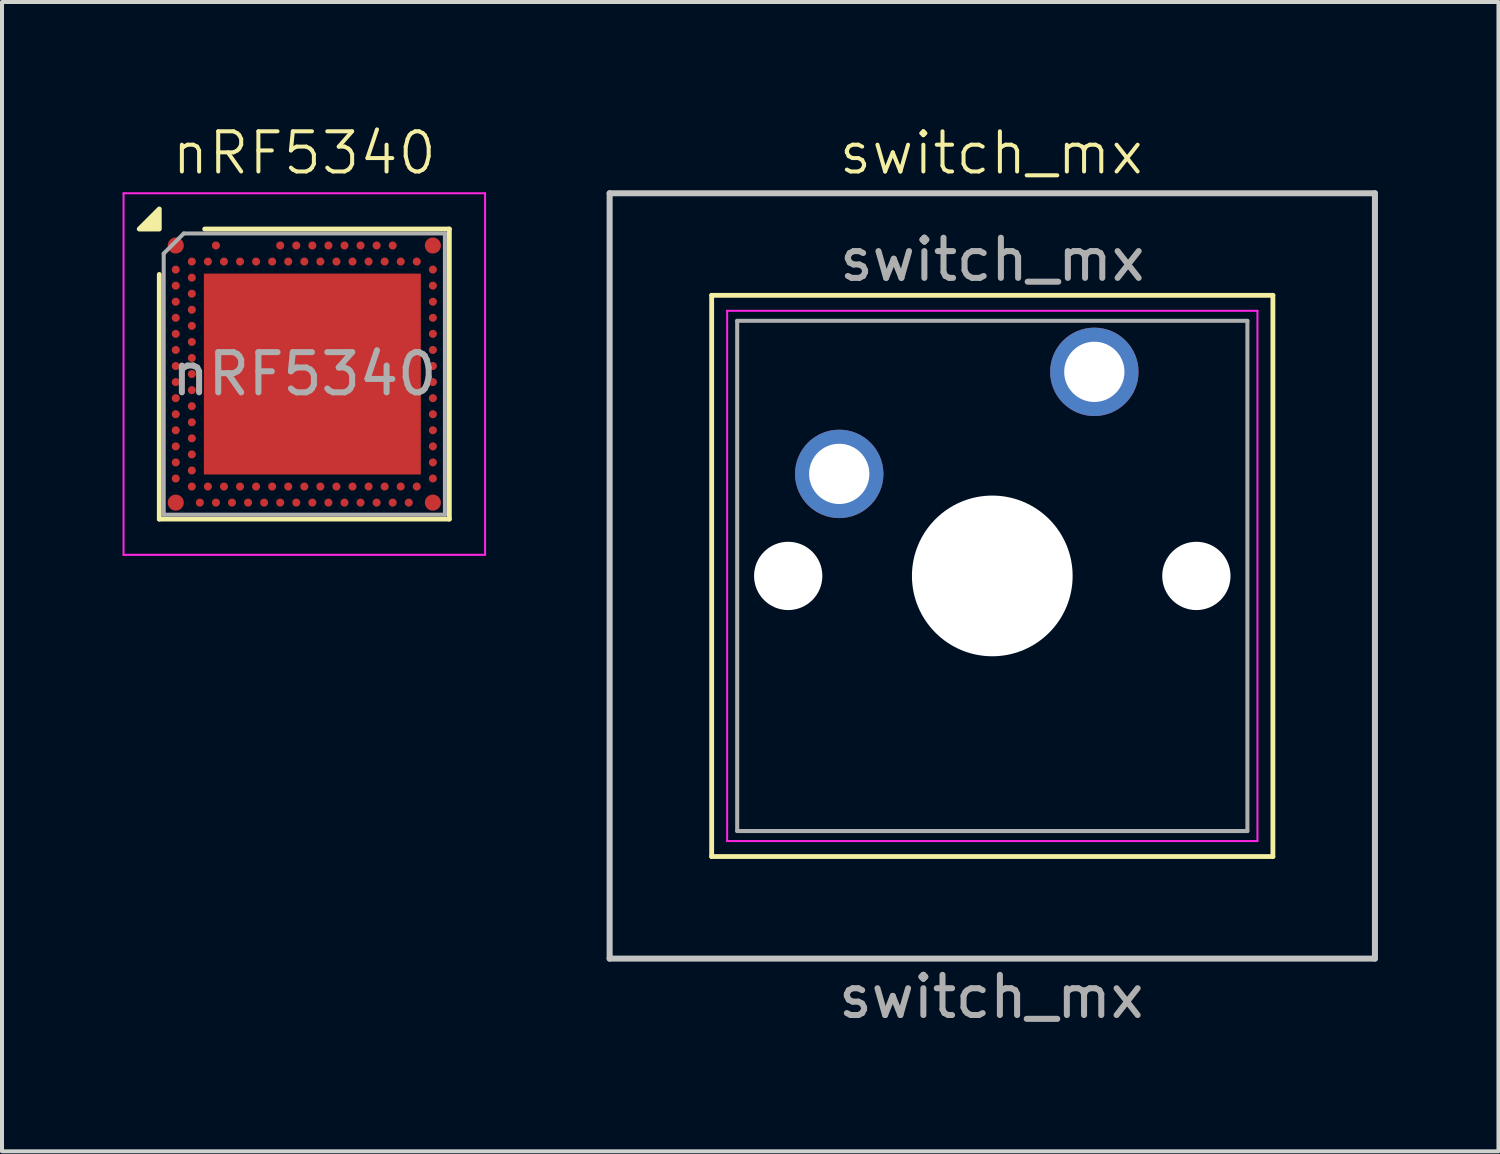
<source format=kicad_pcb>
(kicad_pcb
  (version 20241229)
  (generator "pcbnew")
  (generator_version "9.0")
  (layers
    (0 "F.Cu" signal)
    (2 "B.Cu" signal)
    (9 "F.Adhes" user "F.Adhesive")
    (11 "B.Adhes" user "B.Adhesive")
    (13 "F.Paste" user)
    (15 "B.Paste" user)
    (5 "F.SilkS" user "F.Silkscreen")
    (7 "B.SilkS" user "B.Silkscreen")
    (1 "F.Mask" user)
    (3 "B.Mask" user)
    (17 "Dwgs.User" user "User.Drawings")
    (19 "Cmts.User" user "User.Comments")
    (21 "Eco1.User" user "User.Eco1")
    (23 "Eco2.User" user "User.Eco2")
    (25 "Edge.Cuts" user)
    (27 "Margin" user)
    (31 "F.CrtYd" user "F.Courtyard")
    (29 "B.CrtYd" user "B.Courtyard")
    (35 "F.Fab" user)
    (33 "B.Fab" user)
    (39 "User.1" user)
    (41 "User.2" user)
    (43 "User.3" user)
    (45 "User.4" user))
  (footprint "nRF5340"
    (layer "F.Cu")
    (at 4.525 6.261)
    (property "Reference" "nRF5340" (at 0 -5.5 0) (unlocked yes) (layer "F.SilkS") (effects (font (size 1 1) (thickness 0.1))))
    (attr smd)
    (fp_line (start -3.61 -2.48) (end -3.61 3.61) (stroke (width 0.12) (type solid)) (layer "F.SilkS"))
    (fp_line (start -3.61 3.61) (end 3.61 3.61) (stroke (width 0.12) (type solid)) (layer "F.SilkS"))
    (fp_line (start 3.61 -3.61) (end -2.48 -3.61) (stroke (width 0.12) (type solid)) (layer "F.SilkS"))
    (fp_line (start 3.61 3.61) (end 3.61 -3.61) (stroke (width 0.12) (type solid)) (layer "F.SilkS"))
    (fp_poly (pts (xy -3.61 -3.61) (xy -4.11 -3.61) (xy -3.61 -4.11) (xy -3.61 -3.61)) (stroke (width 0.12) (type solid)) (fill yes) (layer "F.SilkS"))
    (fp_line (start -4.5 -4.5) (end 4.5 -4.5) (stroke (width 0.05) (type solid)) (layer "F.CrtYd"))
    (fp_line (start -4.5 4.5) (end -4.5 -4.5) (stroke (width 0.05) (type solid)) (layer "F.CrtYd"))
    (fp_line (start 4.5 -4.5) (end 4.5 4.5) (stroke (width 0.05) (type solid)) (layer "F.CrtYd"))
    (fp_line (start 4.5 4.5) (end -4.5 4.5) (stroke (width 0.05) (type solid)) (layer "F.CrtYd"))
    (fp_line (start -3.5 -3) (end -3.5 3.5) (stroke (width 0.1) (type solid)) (layer "F.Fab"))
    (fp_line (start -3.5 -3) (end -3 -3.5) (stroke (width 0.1) (type solid)) (layer "F.Fab"))
    (fp_line (start -3.5 3.5) (end 3.5 3.5) (stroke (width 0.1) (type solid)) (layer "F.Fab"))
    (fp_line (start -3 -3.5) (end 3.5 -3.5) (stroke (width 0.1) (type solid)) (layer "F.Fab"))
    (fp_line (start 3.5 -3.5) (end 3.5 3.5) (stroke (width 0.1) (type solid)) (layer "F.Fab"))
    (fp_text user "${REFERENCE}" (at 0 0 0) (layer "F.Fab") (effects (font (size 1 1) (thickness 0.15))))
    (pad "" smd circle (at -3.2 -3.2) (size 0.4 0.4) (property pad_prop_bga) (layers "F.Cu" "F.Mask" "F.Paste"))
    (pad "" smd circle (at -3.2 3.2) (size 0.4 0.4) (property pad_prop_bga) (layers "F.Cu" "F.Mask" "F.Paste"))
    (pad "" smd rect (at -1.1 -1.2 180) (size 2.2 2) (layers "F.Paste"))
    (pad "" smd rect (at -1.1 1.225 180) (size 2.2 2) (layers "F.Paste"))
    (pad "" smd rect (at 1.5 -1.2 180) (size 2.2 2) (layers "F.Paste"))
    (pad "" smd rect (at 1.5 1.225 180) (size 2.2 2) (layers "F.Paste"))
    (pad "" smd circle (at 3.2 -3.2) (size 0.4 0.4) (property pad_prop_bga) (layers "F.Cu" "F.Mask" "F.Paste"))
    (pad "" smd circle (at 3.2 3.2) (size 0.4 0.4) (property pad_prop_bga) (layers "F.Cu" "F.Mask" "F.Paste"))
    (pad "A5" smd circle (at -2.2 -3.2) (size 0.2 0.2) (property pad_prop_bga) (layers "F.Cu" "F.Mask" "F.Paste"))
    (pad "A13" smd circle (at -0.6 -3.2) (size 0.2 0.2) (property pad_prop_bga) (layers "F.Cu" "F.Mask" "F.Paste"))
    (pad "A15" smd circle (at -0.2 -3.2) (size 0.2 0.2) (property pad_prop_bga) (layers "F.Cu" "F.Mask" "F.Paste"))
    (pad "A17" smd circle (at 0.2 -3.2) (size 0.2 0.2) (property pad_prop_bga) (layers "F.Cu" "F.Mask" "F.Paste"))
    (pad "A19" smd circle (at 0.6 -3.2) (size 0.2 0.2) (property pad_prop_bga) (layers "F.Cu" "F.Mask" "F.Paste"))
    (pad "A21" smd circle (at 1 -3.2) (size 0.2 0.2) (property pad_prop_bga) (layers "F.Cu" "F.Mask" "F.Paste"))
    (pad "A23" smd circle (at 1.4 -3.2) (size 0.2 0.2) (property pad_prop_bga) (layers "F.Cu" "F.Mask" "F.Paste"))
    (pad "A25" smd circle (at 1.8 -3.2) (size 0.2 0.2) (property pad_prop_bga) (layers "F.Cu" "F.Mask" "F.Paste"))
    (pad "A27" smd circle (at 2.2 -3.2) (size 0.2 0.2) (property pad_prop_bga) (layers "F.Cu" "F.Mask" "F.Paste"))
    (pad "AA1" smd circle (at -3.2 1) (size 0.2 0.2) (property pad_prop_bga) (layers "F.Cu" "F.Mask" "F.Paste"))
    (pad "AA31" smd circle (at 3.2 1) (size 0.2 0.2) (property pad_prop_bga) (layers "F.Cu" "F.Mask" "F.Paste"))
    (pad "AB2" smd circle (at -2.8 1.2) (size 0.2 0.2) (property pad_prop_bga) (layers "F.Cu" "F.Mask" "F.Paste"))
    (pad "AC1" smd circle (at -3.2 1.4) (size 0.2 0.2) (property pad_prop_bga) (layers "F.Cu" "F.Mask" "F.Paste"))
    (pad "AC31" smd circle (at 3.2 1.4) (size 0.2 0.2) (property pad_prop_bga) (layers "F.Cu" "F.Mask" "F.Paste"))
    (pad "AD2" smd circle (at -2.8 1.6) (size 0.2 0.2) (property pad_prop_bga) (layers "F.Cu" "F.Mask" "F.Paste"))
    (pad "AE1" smd circle (at -3.2 1.8) (size 0.2 0.2) (property pad_prop_bga) (layers "F.Cu" "F.Mask" "F.Paste"))
    (pad "AE31" smd circle (at 3.2 1.8) (size 0.2 0.2) (property pad_prop_bga) (layers "F.Cu" "F.Mask" "F.Paste"))
    (pad "AF2" smd circle (at -2.8 2) (size 0.2 0.2) (property pad_prop_bga) (layers "F.Cu" "F.Mask" "F.Paste"))
    (pad "AG1" smd circle (at -3.2 2.2) (size 0.2 0.2) (property pad_prop_bga) (layers "F.Cu" "F.Mask" "F.Paste"))
    (pad "AG31" smd circle (at 3.2 2.2) (size 0.2 0.2) (property pad_prop_bga) (layers "F.Cu" "F.Mask" "F.Paste"))
    (pad "AH2" smd circle (at -2.8 2.4) (size 0.2 0.2) (property pad_prop_bga) (layers "F.Cu" "F.Mask" "F.Paste"))
    (pad "AJ1" smd circle (at -3.2 2.6) (size 0.2 0.2) (property pad_prop_bga) (layers "F.Cu" "F.Mask" "F.Paste"))
    (pad "AJ31" smd circle (at 3.2 2.6) (size 0.2 0.2) (property pad_prop_bga) (layers "F.Cu" "F.Mask" "F.Paste"))
    (pad "AK2" smd circle (at -2.8 2.8) (size 0.2 0.2) (property pad_prop_bga) (layers "F.Cu" "F.Mask" "F.Paste"))
    (pad "AK4" smd circle (at -2.4 2.8) (size 0.2 0.2) (property pad_prop_bga) (layers "F.Cu" "F.Mask" "F.Paste"))
    (pad "AK6" smd circle (at -2 2.8) (size 0.2 0.2) (property pad_prop_bga) (layers "F.Cu" "F.Mask" "F.Paste"))
    (pad "AK8" smd circle (at -1.6 2.8) (size 0.2 0.2) (property pad_prop_bga) (layers "F.Cu" "F.Mask" "F.Paste"))
    (pad "AK10" smd circle (at -1.2 2.8) (size 0.2 0.2) (property pad_prop_bga) (layers "F.Cu" "F.Mask" "F.Paste"))
    (pad "AK12" smd circle (at -0.8 2.8) (size 0.2 0.2) (property pad_prop_bga) (layers "F.Cu" "F.Mask" "F.Paste"))
    (pad "AK14" smd circle (at -0.4 2.8) (size 0.2 0.2) (property pad_prop_bga) (layers "F.Cu" "F.Mask" "F.Paste"))
    (pad "AK16" smd circle (at 0 2.8) (size 0.2 0.2) (property pad_prop_bga) (layers "F.Cu" "F.Mask" "F.Paste"))
    (pad "AK18" smd circle (at 0.4 2.8) (size 0.2 0.2) (property pad_prop_bga) (layers "F.Cu" "F.Mask" "F.Paste"))
    (pad "AK20" smd circle (at 0.8 2.8) (size 0.2 0.2) (property pad_prop_bga) (layers "F.Cu" "F.Mask" "F.Paste"))
    (pad "AK22" smd circle (at 1.2 2.8) (size 0.2 0.2) (property pad_prop_bga) (layers "F.Cu" "F.Mask" "F.Paste"))
    (pad "AK24" smd circle (at 1.6 2.8) (size 0.2 0.2) (property pad_prop_bga) (layers "F.Cu" "F.Mask" "F.Paste"))
    (pad "AK26" smd circle (at 2 2.8) (size 0.2 0.2) (property pad_prop_bga) (layers "F.Cu" "F.Mask" "F.Paste"))
    (pad "AK28" smd circle (at 2.4 2.8) (size 0.2 0.2) (property pad_prop_bga) (layers "F.Cu" "F.Mask" "F.Paste"))
    (pad "AK30" smd circle (at 2.8 2.8) (size 0.2 0.2) (property pad_prop_bga) (layers "F.Cu" "F.Mask" "F.Paste"))
    (pad "AL3" smd circle (at -2.6 3.2) (size 0.2 0.2) (property pad_prop_bga) (layers "F.Cu" "F.Mask" "F.Paste"))
    (pad "AL5" smd circle (at -2.2 3.2) (size 0.2 0.2) (property pad_prop_bga) (layers "F.Cu" "F.Mask" "F.Paste"))
    (pad "AL7" smd circle (at -1.8 3.2) (size 0.2 0.2) (property pad_prop_bga) (layers "F.Cu" "F.Mask" "F.Paste"))
    (pad "AL9" smd circle (at -1.4 3.2) (size 0.2 0.2) (property pad_prop_bga) (layers "F.Cu" "F.Mask" "F.Paste"))
    (pad "AL11" smd circle (at -1 3.2) (size 0.2 0.2) (property pad_prop_bga) (layers "F.Cu" "F.Mask" "F.Paste"))
    (pad "AL13" smd circle (at -0.6 3.2) (size 0.2 0.2) (property pad_prop_bga) (layers "F.Cu" "F.Mask" "F.Paste"))
    (pad "AL15" smd circle (at -0.2 3.2) (size 0.2 0.2) (property pad_prop_bga) (layers "F.Cu" "F.Mask" "F.Paste"))
    (pad "AL17" smd circle (at 0.2 3.2) (size 0.2 0.2) (property pad_prop_bga) (layers "F.Cu" "F.Mask" "F.Paste"))
    (pad "AL19" smd circle (at 0.6 3.2) (size 0.2 0.2) (property pad_prop_bga) (layers "F.Cu" "F.Mask" "F.Paste"))
    (pad "AL21" smd circle (at 1 3.2) (size 0.2 0.2) (property pad_prop_bga) (layers "F.Cu" "F.Mask" "F.Paste"))
    (pad "AL23" smd circle (at 1.4 3.2) (size 0.2 0.2) (property pad_prop_bga) (layers "F.Cu" "F.Mask" "F.Paste"))
    (pad "AL25" smd circle (at 1.8 3.2) (size 0.2 0.2) (property pad_prop_bga) (layers "F.Cu" "F.Mask" "F.Paste"))
    (pad "AL27" smd circle (at 2.2 3.2) (size 0.2 0.2) (property pad_prop_bga) (layers "F.Cu" "F.Mask" "F.Paste"))
    (pad "AL29" smd circle (at 2.6 3.2) (size 0.2 0.2) (property pad_prop_bga) (layers "F.Cu" "F.Mask" "F.Paste"))
    (pad "B2" smd circle (at -2.8 -2.8) (size 0.2 0.2) (property pad_prop_bga) (layers "F.Cu" "F.Mask" "F.Paste"))
    (pad "B4" smd circle (at -2.4 -2.8) (size 0.2 0.2) (property pad_prop_bga) (layers "F.Cu" "F.Mask" "F.Paste"))
    (pad "B6" smd circle (at -2 -2.8) (size 0.2 0.2) (property pad_prop_bga) (layers "F.Cu" "F.Mask" "F.Paste"))
    (pad "B8" smd circle (at -1.6 -2.8) (size 0.2 0.2) (property pad_prop_bga) (layers "F.Cu" "F.Mask" "F.Paste"))
    (pad "B10" smd circle (at -1.2 -2.8) (size 0.2 0.2) (property pad_prop_bga) (layers "F.Cu" "F.Mask" "F.Paste"))
    (pad "B12" smd circle (at -0.8 -2.8) (size 0.2 0.2) (property pad_prop_bga) (layers "F.Cu" "F.Mask" "F.Paste"))
    (pad "B14" smd circle (at -0.4 -2.8) (size 0.2 0.2) (property pad_prop_bga) (layers "F.Cu" "F.Mask" "F.Paste"))
    (pad "B16" smd circle (at 0 -2.8) (size 0.2 0.2) (property pad_prop_bga) (layers "F.Cu" "F.Mask" "F.Paste"))
    (pad "B18" smd circle (at 0.4 -2.8) (size 0.2 0.2) (property pad_prop_bga) (layers "F.Cu" "F.Mask" "F.Paste"))
    (pad "B20" smd circle (at 0.8 -2.8) (size 0.2 0.2) (property pad_prop_bga) (layers "F.Cu" "F.Mask" "F.Paste"))
    (pad "B22" smd circle (at 1.2 -2.8) (size 0.2 0.2) (property pad_prop_bga) (layers "F.Cu" "F.Mask" "F.Paste"))
    (pad "B24" smd circle (at 1.6 -2.8) (size 0.2 0.2) (property pad_prop_bga) (layers "F.Cu" "F.Mask" "F.Paste"))
    (pad "B26" smd circle (at 2 -2.8) (size 0.2 0.2) (property pad_prop_bga) (layers "F.Cu" "F.Mask" "F.Paste"))
    (pad "B28" smd circle (at 2.4 -2.8) (size 0.2 0.2) (property pad_prop_bga) (layers "F.Cu" "F.Mask" "F.Paste"))
    (pad "B30" smd circle (at 2.8 -2.8) (size 0.2 0.2) (property pad_prop_bga) (layers "F.Cu" "F.Mask" "F.Paste"))
    (pad "C1" smd circle (at -3.2 -2.6) (size 0.2 0.2) (property pad_prop_bga) (layers "F.Cu" "F.Mask" "F.Paste"))
    (pad "C31" smd circle (at 3.2 -2.6) (size 0.2 0.2) (property pad_prop_bga) (layers "F.Cu" "F.Mask" "F.Paste"))
    (pad "D2" smd circle (at -2.8 -2.4) (size 0.2 0.2) (property pad_prop_bga) (layers "F.Cu" "F.Mask" "F.Paste"))
    (pad "E1" smd circle (at -3.2 -2.2) (size 0.2 0.2) (property pad_prop_bga) (layers "F.Cu" "F.Mask" "F.Paste"))
    (pad "E31" smd circle (at 3.2 -2.2) (size 0.2 0.2) (property pad_prop_bga) (layers "F.Cu" "F.Mask" "F.Paste"))
    (pad "EP" smd rect (at 0.2 0 180) (size 5.4 5) (layers "F.Cu" "F.Mask"))
    (pad "F2" smd circle (at -2.8 -2) (size 0.2 0.2) (property pad_prop_bga) (layers "F.Cu" "F.Mask" "F.Paste"))
    (pad "G1" smd circle (at -3.2 -1.8) (size 0.2 0.2) (property pad_prop_bga) (layers "F.Cu" "F.Mask" "F.Paste"))
    (pad "G31" smd circle (at 3.2 -1.8) (size 0.2 0.2) (property pad_prop_bga) (layers "F.Cu" "F.Mask" "F.Paste"))
    (pad "H2" smd circle (at -2.8 -1.6) (size 0.2 0.2) (property pad_prop_bga) (layers "F.Cu" "F.Mask" "F.Paste"))
    (pad "J1" smd circle (at -3.2 -1.4) (size 0.2 0.2) (property pad_prop_bga) (layers "F.Cu" "F.Mask" "F.Paste"))
    (pad "J31" smd circle (at 3.2 -1.4) (size 0.2 0.2) (property pad_prop_bga) (layers "F.Cu" "F.Mask" "F.Paste"))
    (pad "K2" smd circle (at -2.8 -1.2) (size 0.2 0.2) (property pad_prop_bga) (layers "F.Cu" "F.Mask" "F.Paste"))
    (pad "L1" smd circle (at -3.2 -1) (size 0.2 0.2) (property pad_prop_bga) (layers "F.Cu" "F.Mask" "F.Paste"))
    (pad "L31" smd circle (at 3.2 -1) (size 0.2 0.2) (property pad_prop_bga) (layers "F.Cu" "F.Mask" "F.Paste"))
    (pad "M2" smd circle (at -2.8 -0.8) (size 0.2 0.2) (property pad_prop_bga) (layers "F.Cu" "F.Mask" "F.Paste"))
    (pad "N1" smd circle (at -3.2 -0.6) (size 0.2 0.2) (property pad_prop_bga) (layers "F.Cu" "F.Mask" "F.Paste"))
    (pad "N31" smd circle (at 3.2 -0.6) (size 0.2 0.2) (property pad_prop_bga) (layers "F.Cu" "F.Mask" "F.Paste"))
    (pad "P2" smd circle (at -2.8 -0.4) (size 0.2 0.2) (property pad_prop_bga) (layers "F.Cu" "F.Mask" "F.Paste"))
    (pad "R1" smd circle (at -3.2 -0.2) (size 0.2 0.2) (property pad_prop_bga) (layers "F.Cu" "F.Mask" "F.Paste"))
    (pad "R31" smd circle (at 3.2 -0.2) (size 0.2 0.2) (property pad_prop_bga) (layers "F.Cu" "F.Mask" "F.Paste"))
    (pad "T2" smd circle (at -2.8 0) (size 0.2 0.2) (property pad_prop_bga) (layers "F.Cu" "F.Mask" "F.Paste"))
    (pad "U1" smd circle (at -3.2 0.2) (size 0.2 0.2) (property pad_prop_bga) (layers "F.Cu" "F.Mask" "F.Paste"))
    (pad "U31" smd circle (at 3.2 0.2) (size 0.2 0.2) (property pad_prop_bga) (layers "F.Cu" "F.Mask" "F.Paste"))
    (pad "V2" smd circle (at -2.8 0.4) (size 0.2 0.2) (property pad_prop_bga) (layers "F.Cu" "F.Mask" "F.Paste"))
    (pad "W1" smd circle (at -3.2 0.6) (size 0.2 0.2) (property pad_prop_bga) (layers "F.Cu" "F.Mask" "F.Paste"))
    (pad "W31" smd circle (at 3.2 0.6) (size 0.2 0.2) (property pad_prop_bga) (layers "F.Cu" "F.Mask" "F.Paste"))
    (pad "Y2" smd circle (at -2.8 0.8) (size 0.2 0.2) (property pad_prop_bga) (layers "F.Cu" "F.Mask" "F.Paste")))
  (footprint "switch_mx"
    (layer "F.Cu")
    (at 21.625 11.261)
    (property "Reference" "switch_mx" (at 0 -10.5 0) (unlocked yes) (layer "F.SilkS") (effects (font (size 1 1) (thickness 0.1))))
    (attr smd)
    (fp_line (start -6.96 -6.96) (end 7.01 -6.96) (stroke (width 0.12) (type solid)) (layer "F.SilkS"))
    (fp_line (start -6.96 7.01) (end -6.96 -6.96) (stroke (width 0.12) (type solid)) (layer "F.SilkS"))
    (fp_line (start 7.01 -6.96) (end 7.01 7.01) (stroke (width 0.12) (type solid)) (layer "F.SilkS"))
    (fp_line (start 7.01 7.01) (end -6.96 7.01) (stroke (width 0.12) (type solid)) (layer "F.SilkS"))
    (fp_line (start -9.5 -9.5) (end 9.55 -9.5) (stroke (width 0.15) (type solid)) (layer "Dwgs.User"))
    (fp_line (start -9.5 9.55) (end -9.5 -9.5) (stroke (width 0.15) (type solid)) (layer "Dwgs.User"))
    (fp_line (start 9.55 -9.5) (end 9.55 9.55) (stroke (width 0.15) (type solid)) (layer "Dwgs.User"))
    (fp_line (start 9.55 9.55) (end -9.5 9.55) (stroke (width 0.15) (type solid)) (layer "Dwgs.User"))
    (fp_line (start -6.575 -6.575) (end 6.625 -6.575) (stroke (width 0.05) (type solid)) (layer "F.CrtYd"))
    (fp_line (start -6.575 6.625) (end -6.575 -6.575) (stroke (width 0.05) (type solid)) (layer "F.CrtYd"))
    (fp_line (start 6.625 -6.575) (end 6.625 6.625) (stroke (width 0.05) (type solid)) (layer "F.CrtYd"))
    (fp_line (start 6.625 6.625) (end -6.575 6.625) (stroke (width 0.05) (type solid)) (layer "F.CrtYd"))
    (fp_line (start -6.325 -6.325) (end 6.375 -6.325) (stroke (width 0.1) (type solid)) (layer "F.Fab"))
    (fp_line (start -6.325 6.375) (end -6.325 -6.325) (stroke (width 0.1) (type solid)) (layer "F.Fab"))
    (fp_line (start 6.375 -6.325) (end 6.375 6.375) (stroke (width 0.1) (type solid)) (layer "F.Fab"))
    (fp_line (start 6.375 6.375) (end -6.325 6.375) (stroke (width 0.1) (type solid)) (layer "F.Fab"))
    (fp_text user "${REFERENCE}" (at 0 10.5 0) (unlocked yes) (layer "F.Fab") (effects (font (size 1 1) (thickness 0.15))))
    (fp_text user "${REFERENCE}" (at 0.025 -7.849 0) (layer "F.Fab") (effects (font (size 1 1) (thickness 0.15))))
    (pad "" np_thru_hole circle (at -5.055 0.025) (size 1.7 1.7) (drill 1.7) (layers "*.Cu" "*.Mask"))
    (pad "" np_thru_hole circle (at 0.025 0.025) (size 4 4) (drill 4) (layers "*.Cu" "*.Mask"))
    (pad "" np_thru_hole circle (at 5.105 0.025) (size 1.7 1.7) (drill 1.7) (layers "*.Cu" "*.Mask"))
    (pad "1" thru_hole circle (at 2.565 -5.055) (size 2.2 2.2) (drill 1.5) (layers "*.Cu" "*.Mask"))
    (pad "2" thru_hole circle (at -3.785 -2.515) (size 2.2 2.2) (drill 1.5) (layers "*.Cu" "*.Mask")))
  (gr_rect
    (start -3 -3)
    (end 34.25 25.609)
    (stroke (width 0.1) (type default))
    (fill no)
    (layer "Edge.Cuts")))
</source>
